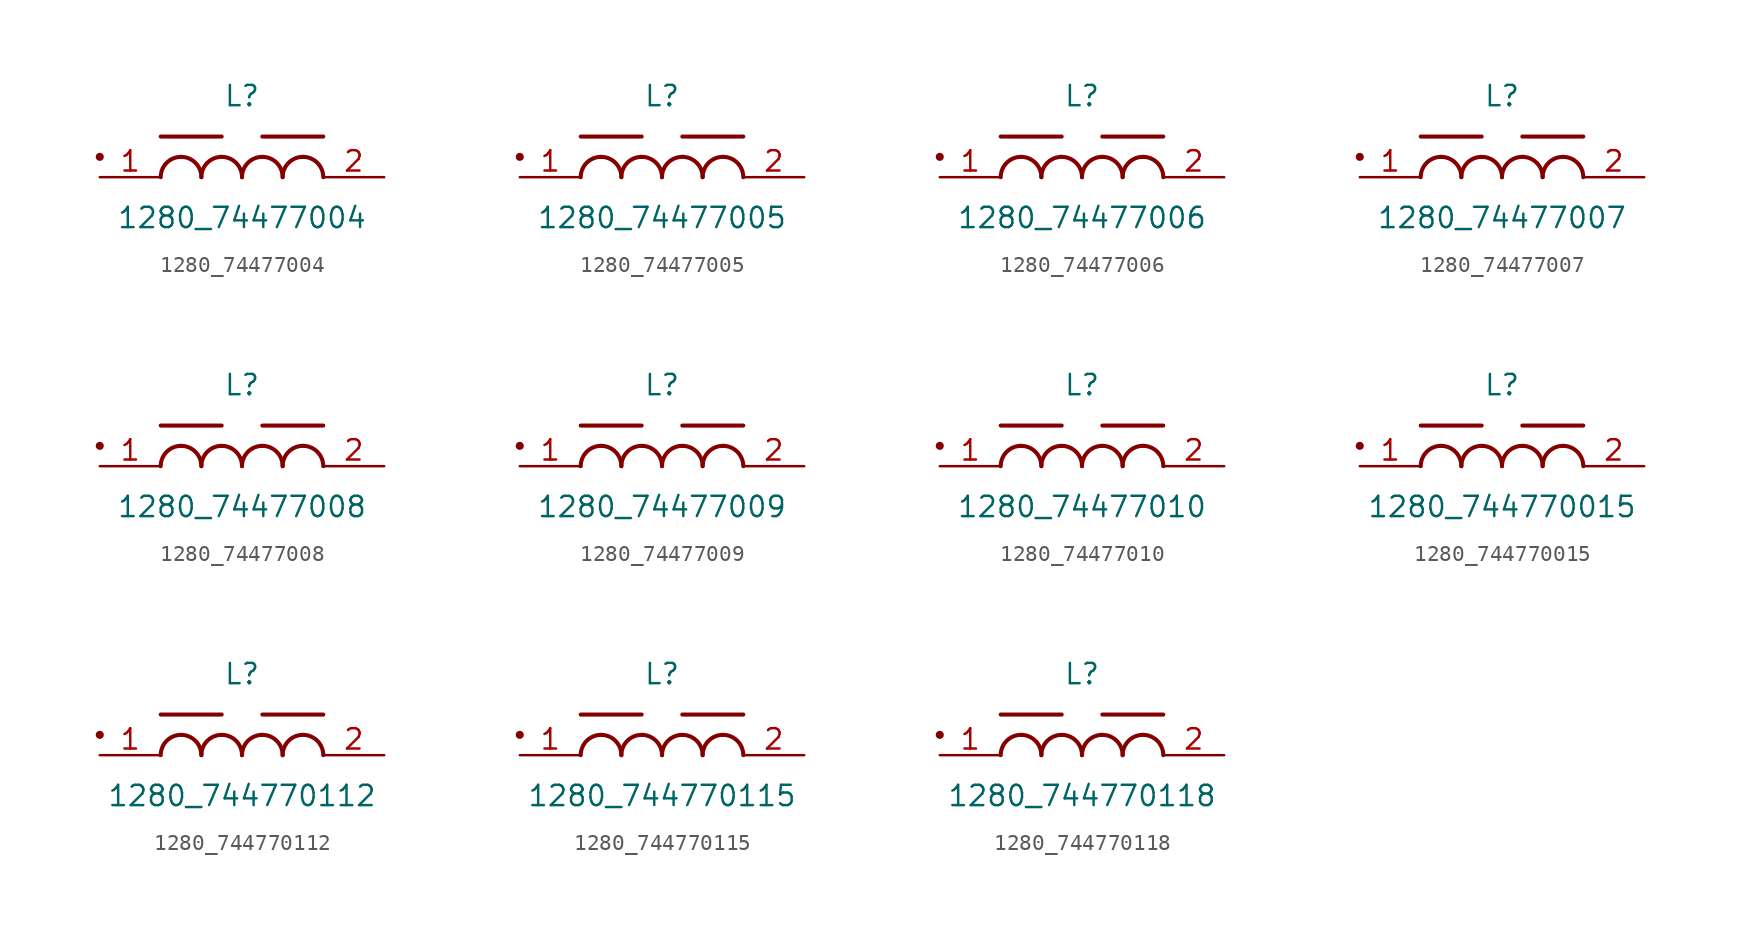
<source format=kicad_sym>
(kicad_symbol_lib
  (version 20211014)
  (generator kicad_symbol_editor)
  (symbol "Inductor_Wurth_WE-PD:1280_74477004"
    (pin_names hide)
    (property "Reference" "L"
      (at 0 5.08 0)
      (effects (font (size 1.27 1.27))))
    (property "Value" "1280_74477004"
      (at 0 -2.54 0)
      (effects (font (size 1.27 1.27))))
    (symbol "1280_74477004_0_1"
      (circle (center -8.89 1.27) (radius 0.0001) (stroke (width 0.254)) (stroke (width 0.254) (type default) (color 0 0 0 0)) (fill (type none)))
      (arc (start -3.81 1.27) (mid -4.708 0.898) (end -5.08 0) (stroke (width 0.254) (type default) (color 0 0 0 0)) (fill (type none)))
      (arc (start -2.54 0) (mid -2.912 0.898) (end -3.81 1.27) (stroke (width 0.254) (type default) (color 0 0 0 0)) (fill (type none)))
      (arc (start -1.2699 1.2701) (mid -2.1679 0.8981) (end -2.5399 0.0001) (stroke (width 0.254) (type default) (color 0 0 0 0)) (fill (type none)))
      (polyline (pts (xy -5.08 2.54) (xy -1.27 2.54)) (stroke (width 0.254) (type default) (color 0 0 0 0)) (fill (type none)))
      (polyline (pts (xy 5.08 2.54) (xy 1.27 2.54)) (stroke (width 0.254) (type default) (color 0 0 0 0)) (fill (type none)))
      (arc (start 0.0001 0.0001) (mid -0.3719 0.8981) (end -1.2699 1.2701) (stroke (width 0.254) (type default) (color 0 0 0 0)) (fill (type none)))
      (arc (start 1.2701 1.2701) (mid 0.3721 0.8981) (end 0.0001 0.0001) (stroke (width 0.254) (type default) (color 0 0 0 0)) (fill (type none)))
      (arc (start 2.5401 0.0001) (mid 2.1681 0.8981) (end 1.2701 1.2701) (stroke (width 0.254) (type default) (color 0 0 0 0)) (fill (type none)))
      (arc (start 3.8101 1.2701) (mid 2.9121 0.8981) (end 2.5401 0.0001) (stroke (width 0.254) (type default) (color 0 0 0 0)) (fill (type none)))
      (arc (start 5.0801 0.0001) (mid 4.7081 0.8981) (end 3.8101 1.2701) (stroke (width 0.254) (type default) (color 0 0 0 0)) (fill (type none))))
    (symbol "1280_74477004_1_1"
      (pin passive line (at -8.89 0 0) (length 3.81) (name "1" (effects (font (size 1.27 1.27)))) (number "1" (effects (font (size 1.27 1.27)))))
      (pin passive line (at 8.89 0 180) (length 3.81) (name "2" (effects (font (size 1.27 1.27)))) (number "2" (effects (font (size 1.27 1.27)))))))
  (symbol "Inductor_Wurth_WE-PD:1280_74477005"
    (pin_names hide)
    (property "Reference" "L"
      (at 0 5.08 0)
      (effects (font (size 1.27 1.27))))
    (property "Value" "1280_74477005"
      (at 0 -2.54 0)
      (effects (font (size 1.27 1.27))))
    (symbol "1280_74477005_0_1"
      (circle (center -8.89 1.27) (radius 0.0001) (stroke (width 0.254)) (stroke (width 0.254) (type default) (color 0 0 0 0)) (fill (type none)))
      (arc (start -3.81 1.27) (mid -4.708 0.898) (end -5.08 0) (stroke (width 0.254) (type default) (color 0 0 0 0)) (fill (type none)))
      (arc (start -2.54 0) (mid -2.912 0.898) (end -3.81 1.27) (stroke (width 0.254) (type default) (color 0 0 0 0)) (fill (type none)))
      (arc (start -1.2699 1.2701) (mid -2.1679 0.8981) (end -2.5399 0.0001) (stroke (width 0.254) (type default) (color 0 0 0 0)) (fill (type none)))
      (polyline (pts (xy -5.08 2.54) (xy -1.27 2.54)) (stroke (width 0.254) (type default) (color 0 0 0 0)) (fill (type none)))
      (polyline (pts (xy 5.08 2.54) (xy 1.27 2.54)) (stroke (width 0.254) (type default) (color 0 0 0 0)) (fill (type none)))
      (arc (start 0.0001 0.0001) (mid -0.3719 0.8981) (end -1.2699 1.2701) (stroke (width 0.254) (type default) (color 0 0 0 0)) (fill (type none)))
      (arc (start 1.2701 1.2701) (mid 0.3721 0.8981) (end 0.0001 0.0001) (stroke (width 0.254) (type default) (color 0 0 0 0)) (fill (type none)))
      (arc (start 2.5401 0.0001) (mid 2.1681 0.8981) (end 1.2701 1.2701) (stroke (width 0.254) (type default) (color 0 0 0 0)) (fill (type none)))
      (arc (start 3.8101 1.2701) (mid 2.9121 0.8981) (end 2.5401 0.0001) (stroke (width 0.254) (type default) (color 0 0 0 0)) (fill (type none)))
      (arc (start 5.0801 0.0001) (mid 4.7081 0.8981) (end 3.8101 1.2701) (stroke (width 0.254) (type default) (color 0 0 0 0)) (fill (type none))))
    (symbol "1280_74477005_1_1"
      (pin passive line (at -8.89 0 0) (length 3.81) (name "1" (effects (font (size 1.27 1.27)))) (number "1" (effects (font (size 1.27 1.27)))))
      (pin passive line (at 8.89 0 180) (length 3.81) (name "2" (effects (font (size 1.27 1.27)))) (number "2" (effects (font (size 1.27 1.27)))))))
  (symbol "Inductor_Wurth_WE-PD:1280_74477006"
    (pin_names hide)
    (property "Reference" "L"
      (at 0 5.08 0)
      (effects (font (size 1.27 1.27))))
    (property "Value" "1280_74477006"
      (at 0 -2.54 0)
      (effects (font (size 1.27 1.27))))
    (symbol "1280_74477006_0_1"
      (circle (center -8.89 1.27) (radius 0.0001) (stroke (width 0.254)) (stroke (width 0.254) (type default) (color 0 0 0 0)) (fill (type none)))
      (arc (start -3.81 1.27) (mid -4.708 0.898) (end -5.08 0) (stroke (width 0.254) (type default) (color 0 0 0 0)) (fill (type none)))
      (arc (start -2.54 0) (mid -2.912 0.898) (end -3.81 1.27) (stroke (width 0.254) (type default) (color 0 0 0 0)) (fill (type none)))
      (arc (start -1.2699 1.2701) (mid -2.1679 0.8981) (end -2.5399 0.0001) (stroke (width 0.254) (type default) (color 0 0 0 0)) (fill (type none)))
      (polyline (pts (xy -5.08 2.54) (xy -1.27 2.54)) (stroke (width 0.254) (type default) (color 0 0 0 0)) (fill (type none)))
      (polyline (pts (xy 5.08 2.54) (xy 1.27 2.54)) (stroke (width 0.254) (type default) (color 0 0 0 0)) (fill (type none)))
      (arc (start 0.0001 0.0001) (mid -0.3719 0.8981) (end -1.2699 1.2701) (stroke (width 0.254) (type default) (color 0 0 0 0)) (fill (type none)))
      (arc (start 1.2701 1.2701) (mid 0.3721 0.8981) (end 0.0001 0.0001) (stroke (width 0.254) (type default) (color 0 0 0 0)) (fill (type none)))
      (arc (start 2.5401 0.0001) (mid 2.1681 0.8981) (end 1.2701 1.2701) (stroke (width 0.254) (type default) (color 0 0 0 0)) (fill (type none)))
      (arc (start 3.8101 1.2701) (mid 2.9121 0.8981) (end 2.5401 0.0001) (stroke (width 0.254) (type default) (color 0 0 0 0)) (fill (type none)))
      (arc (start 5.0801 0.0001) (mid 4.7081 0.8981) (end 3.8101 1.2701) (stroke (width 0.254) (type default) (color 0 0 0 0)) (fill (type none))))
    (symbol "1280_74477006_1_1"
      (pin passive line (at -8.89 0 0) (length 3.81) (name "1" (effects (font (size 1.27 1.27)))) (number "1" (effects (font (size 1.27 1.27)))))
      (pin passive line (at 8.89 0 180) (length 3.81) (name "2" (effects (font (size 1.27 1.27)))) (number "2" (effects (font (size 1.27 1.27)))))))
  (symbol "Inductor_Wurth_WE-PD:1280_74477007"
    (pin_names hide)
    (property "Reference" "L"
      (at 0 5.08 0)
      (effects (font (size 1.27 1.27))))
    (property "Value" "1280_74477007"
      (at 0 -2.54 0)
      (effects (font (size 1.27 1.27))))
    (symbol "1280_74477007_0_1"
      (circle (center -8.89 1.27) (radius 0.0001) (stroke (width 0.254)) (stroke (width 0.254) (type default) (color 0 0 0 0)) (fill (type none)))
      (arc (start -3.81 1.27) (mid -4.708 0.898) (end -5.08 0) (stroke (width 0.254) (type default) (color 0 0 0 0)) (fill (type none)))
      (arc (start -2.54 0) (mid -2.912 0.898) (end -3.81 1.27) (stroke (width 0.254) (type default) (color 0 0 0 0)) (fill (type none)))
      (arc (start -1.2699 1.2701) (mid -2.1679 0.8981) (end -2.5399 0.0001) (stroke (width 0.254) (type default) (color 0 0 0 0)) (fill (type none)))
      (polyline (pts (xy -5.08 2.54) (xy -1.27 2.54)) (stroke (width 0.254) (type default) (color 0 0 0 0)) (fill (type none)))
      (polyline (pts (xy 5.08 2.54) (xy 1.27 2.54)) (stroke (width 0.254) (type default) (color 0 0 0 0)) (fill (type none)))
      (arc (start 0.0001 0.0001) (mid -0.3719 0.8981) (end -1.2699 1.2701) (stroke (width 0.254) (type default) (color 0 0 0 0)) (fill (type none)))
      (arc (start 1.2701 1.2701) (mid 0.3721 0.8981) (end 0.0001 0.0001) (stroke (width 0.254) (type default) (color 0 0 0 0)) (fill (type none)))
      (arc (start 2.5401 0.0001) (mid 2.1681 0.8981) (end 1.2701 1.2701) (stroke (width 0.254) (type default) (color 0 0 0 0)) (fill (type none)))
      (arc (start 3.8101 1.2701) (mid 2.9121 0.8981) (end 2.5401 0.0001) (stroke (width 0.254) (type default) (color 0 0 0 0)) (fill (type none)))
      (arc (start 5.0801 0.0001) (mid 4.7081 0.8981) (end 3.8101 1.2701) (stroke (width 0.254) (type default) (color 0 0 0 0)) (fill (type none))))
    (symbol "1280_74477007_1_1"
      (pin passive line (at -8.89 0 0) (length 3.81) (name "1" (effects (font (size 1.27 1.27)))) (number "1" (effects (font (size 1.27 1.27)))))
      (pin passive line (at 8.89 0 180) (length 3.81) (name "2" (effects (font (size 1.27 1.27)))) (number "2" (effects (font (size 1.27 1.27)))))))
  (symbol "Inductor_Wurth_WE-PD:1280_74477008"
    (pin_names hide)
    (property "Reference" "L"
      (at 0 5.08 0)
      (effects (font (size 1.27 1.27))))
    (property "Value" "1280_74477008"
      (at 0 -2.54 0)
      (effects (font (size 1.27 1.27))))
    (symbol "1280_74477008_0_1"
      (circle (center -8.89 1.27) (radius 0.0001) (stroke (width 0.254)) (stroke (width 0.254) (type default) (color 0 0 0 0)) (fill (type none)))
      (arc (start -3.81 1.27) (mid -4.708 0.898) (end -5.08 0) (stroke (width 0.254) (type default) (color 0 0 0 0)) (fill (type none)))
      (arc (start -2.54 0) (mid -2.912 0.898) (end -3.81 1.27) (stroke (width 0.254) (type default) (color 0 0 0 0)) (fill (type none)))
      (arc (start -1.2699 1.2701) (mid -2.1679 0.8981) (end -2.5399 0.0001) (stroke (width 0.254) (type default) (color 0 0 0 0)) (fill (type none)))
      (polyline (pts (xy -5.08 2.54) (xy -1.27 2.54)) (stroke (width 0.254) (type default) (color 0 0 0 0)) (fill (type none)))
      (polyline (pts (xy 5.08 2.54) (xy 1.27 2.54)) (stroke (width 0.254) (type default) (color 0 0 0 0)) (fill (type none)))
      (arc (start 0.0001 0.0001) (mid -0.3719 0.8981) (end -1.2699 1.2701) (stroke (width 0.254) (type default) (color 0 0 0 0)) (fill (type none)))
      (arc (start 1.2701 1.2701) (mid 0.3721 0.8981) (end 0.0001 0.0001) (stroke (width 0.254) (type default) (color 0 0 0 0)) (fill (type none)))
      (arc (start 2.5401 0.0001) (mid 2.1681 0.8981) (end 1.2701 1.2701) (stroke (width 0.254) (type default) (color 0 0 0 0)) (fill (type none)))
      (arc (start 3.8101 1.2701) (mid 2.9121 0.8981) (end 2.5401 0.0001) (stroke (width 0.254) (type default) (color 0 0 0 0)) (fill (type none)))
      (arc (start 5.0801 0.0001) (mid 4.7081 0.8981) (end 3.8101 1.2701) (stroke (width 0.254) (type default) (color 0 0 0 0)) (fill (type none))))
    (symbol "1280_74477008_1_1"
      (pin passive line (at -8.89 0 0) (length 3.81) (name "1" (effects (font (size 1.27 1.27)))) (number "1" (effects (font (size 1.27 1.27)))))
      (pin passive line (at 8.89 0 180) (length 3.81) (name "2" (effects (font (size 1.27 1.27)))) (number "2" (effects (font (size 1.27 1.27)))))))
  (symbol "Inductor_Wurth_WE-PD:1280_74477009"
    (pin_names hide)
    (property "Reference" "L"
      (at 0 5.08 0)
      (effects (font (size 1.27 1.27))))
    (property "Value" "1280_74477009"
      (at 0 -2.54 0)
      (effects (font (size 1.27 1.27))))
    (symbol "1280_74477009_0_1"
      (circle (center -8.89 1.27) (radius 0.0001) (stroke (width 0.254)) (stroke (width 0.254) (type default) (color 0 0 0 0)) (fill (type none)))
      (arc (start -3.81 1.27) (mid -4.708 0.898) (end -5.08 0) (stroke (width 0.254) (type default) (color 0 0 0 0)) (fill (type none)))
      (arc (start -2.54 0) (mid -2.912 0.898) (end -3.81 1.27) (stroke (width 0.254) (type default) (color 0 0 0 0)) (fill (type none)))
      (arc (start -1.2699 1.2701) (mid -2.1679 0.8981) (end -2.5399 0.0001) (stroke (width 0.254) (type default) (color 0 0 0 0)) (fill (type none)))
      (polyline (pts (xy -5.08 2.54) (xy -1.27 2.54)) (stroke (width 0.254) (type default) (color 0 0 0 0)) (fill (type none)))
      (polyline (pts (xy 5.08 2.54) (xy 1.27 2.54)) (stroke (width 0.254) (type default) (color 0 0 0 0)) (fill (type none)))
      (arc (start 0.0001 0.0001) (mid -0.3719 0.8981) (end -1.2699 1.2701) (stroke (width 0.254) (type default) (color 0 0 0 0)) (fill (type none)))
      (arc (start 1.2701 1.2701) (mid 0.3721 0.8981) (end 0.0001 0.0001) (stroke (width 0.254) (type default) (color 0 0 0 0)) (fill (type none)))
      (arc (start 2.5401 0.0001) (mid 2.1681 0.8981) (end 1.2701 1.2701) (stroke (width 0.254) (type default) (color 0 0 0 0)) (fill (type none)))
      (arc (start 3.8101 1.2701) (mid 2.9121 0.8981) (end 2.5401 0.0001) (stroke (width 0.254) (type default) (color 0 0 0 0)) (fill (type none)))
      (arc (start 5.0801 0.0001) (mid 4.7081 0.8981) (end 3.8101 1.2701) (stroke (width 0.254) (type default) (color 0 0 0 0)) (fill (type none))))
    (symbol "1280_74477009_1_1"
      (pin passive line (at -8.89 0 0) (length 3.81) (name "1" (effects (font (size 1.27 1.27)))) (number "1" (effects (font (size 1.27 1.27)))))
      (pin passive line (at 8.89 0 180) (length 3.81) (name "2" (effects (font (size 1.27 1.27)))) (number "2" (effects (font (size 1.27 1.27)))))))
  (symbol "Inductor_Wurth_WE-PD:1280_74477010"
    (pin_names hide)
    (property "Reference" "L"
      (at 0 5.08 0)
      (effects (font (size 1.27 1.27))))
    (property "Value" "1280_74477010"
      (at 0 -2.54 0)
      (effects (font (size 1.27 1.27))))
    (symbol "1280_74477010_0_1"
      (circle (center -8.89 1.27) (radius 0.0001) (stroke (width 0.254)) (stroke (width 0.254) (type default) (color 0 0 0 0)) (fill (type none)))
      (arc (start -3.81 1.27) (mid -4.708 0.898) (end -5.08 0) (stroke (width 0.254) (type default) (color 0 0 0 0)) (fill (type none)))
      (arc (start -2.54 0) (mid -2.912 0.898) (end -3.81 1.27) (stroke (width 0.254) (type default) (color 0 0 0 0)) (fill (type none)))
      (arc (start -1.2699 1.2701) (mid -2.1679 0.8981) (end -2.5399 0.0001) (stroke (width 0.254) (type default) (color 0 0 0 0)) (fill (type none)))
      (polyline (pts (xy -5.08 2.54) (xy -1.27 2.54)) (stroke (width 0.254) (type default) (color 0 0 0 0)) (fill (type none)))
      (polyline (pts (xy 5.08 2.54) (xy 1.27 2.54)) (stroke (width 0.254) (type default) (color 0 0 0 0)) (fill (type none)))
      (arc (start 0.0001 0.0001) (mid -0.3719 0.8981) (end -1.2699 1.2701) (stroke (width 0.254) (type default) (color 0 0 0 0)) (fill (type none)))
      (arc (start 1.2701 1.2701) (mid 0.3721 0.8981) (end 0.0001 0.0001) (stroke (width 0.254) (type default) (color 0 0 0 0)) (fill (type none)))
      (arc (start 2.5401 0.0001) (mid 2.1681 0.8981) (end 1.2701 1.2701) (stroke (width 0.254) (type default) (color 0 0 0 0)) (fill (type none)))
      (arc (start 3.8101 1.2701) (mid 2.9121 0.8981) (end 2.5401 0.0001) (stroke (width 0.254) (type default) (color 0 0 0 0)) (fill (type none)))
      (arc (start 5.0801 0.0001) (mid 4.7081 0.8981) (end 3.8101 1.2701) (stroke (width 0.254) (type default) (color 0 0 0 0)) (fill (type none))))
    (symbol "1280_74477010_1_1"
      (pin passive line (at -8.89 0 0) (length 3.81) (name "1" (effects (font (size 1.27 1.27)))) (number "1" (effects (font (size 1.27 1.27)))))
      (pin passive line (at 8.89 0 180) (length 3.81) (name "2" (effects (font (size 1.27 1.27)))) (number "2" (effects (font (size 1.27 1.27)))))))
  (symbol "Inductor_Wurth_WE-PD:1280_744770015"
    (pin_names hide)
    (property "Reference" "L"
      (at 0 5.08 0)
      (effects (font (size 1.27 1.27))))
    (property "Value" "1280_744770015"
      (at 0 -2.54 0)
      (effects (font (size 1.27 1.27))))
    (symbol "1280_744770015_0_1"
      (circle (center -8.89 1.27) (radius 0.0001) (stroke (width 0.254)) (stroke (width 0.254) (type default) (color 0 0 0 0)) (fill (type none)))
      (arc (start -3.81 1.27) (mid -4.708 0.898) (end -5.08 0) (stroke (width 0.254) (type default) (color 0 0 0 0)) (fill (type none)))
      (arc (start -2.54 0) (mid -2.912 0.898) (end -3.81 1.27) (stroke (width 0.254) (type default) (color 0 0 0 0)) (fill (type none)))
      (arc (start -1.2699 1.2701) (mid -2.1679 0.8981) (end -2.5399 0.0001) (stroke (width 0.254) (type default) (color 0 0 0 0)) (fill (type none)))
      (polyline (pts (xy -5.08 2.54) (xy -1.27 2.54)) (stroke (width 0.254) (type default) (color 0 0 0 0)) (fill (type none)))
      (polyline (pts (xy 5.08 2.54) (xy 1.27 2.54)) (stroke (width 0.254) (type default) (color 0 0 0 0)) (fill (type none)))
      (arc (start 0.0001 0.0001) (mid -0.3719 0.8981) (end -1.2699 1.2701) (stroke (width 0.254) (type default) (color 0 0 0 0)) (fill (type none)))
      (arc (start 1.2701 1.2701) (mid 0.3721 0.8981) (end 0.0001 0.0001) (stroke (width 0.254) (type default) (color 0 0 0 0)) (fill (type none)))
      (arc (start 2.5401 0.0001) (mid 2.1681 0.8981) (end 1.2701 1.2701) (stroke (width 0.254) (type default) (color 0 0 0 0)) (fill (type none)))
      (arc (start 3.8101 1.2701) (mid 2.9121 0.8981) (end 2.5401 0.0001) (stroke (width 0.254) (type default) (color 0 0 0 0)) (fill (type none)))
      (arc (start 5.0801 0.0001) (mid 4.7081 0.8981) (end 3.8101 1.2701) (stroke (width 0.254) (type default) (color 0 0 0 0)) (fill (type none))))
    (symbol "1280_744770015_1_1"
      (pin passive line (at -8.89 0 0) (length 3.81) (name "1" (effects (font (size 1.27 1.27)))) (number "1" (effects (font (size 1.27 1.27)))))
      (pin passive line (at 8.89 0 180) (length 3.81) (name "2" (effects (font (size 1.27 1.27)))) (number "2" (effects (font (size 1.27 1.27)))))))
  (symbol "Inductor_Wurth_WE-PD:1280_744770112"
    (pin_names hide)
    (property "Reference" "L"
      (at 0 5.08 0)
      (effects (font (size 1.27 1.27))))
    (property "Value" "1280_744770112"
      (at 0 -2.54 0)
      (effects (font (size 1.27 1.27))))
    (symbol "1280_744770112_0_1"
      (circle (center -8.89 1.27) (radius 0.0001) (stroke (width 0.254)) (stroke (width 0.254) (type default) (color 0 0 0 0)) (fill (type none)))
      (arc (start -3.81 1.27) (mid -4.708 0.898) (end -5.08 0) (stroke (width 0.254) (type default) (color 0 0 0 0)) (fill (type none)))
      (arc (start -2.54 0) (mid -2.912 0.898) (end -3.81 1.27) (stroke (width 0.254) (type default) (color 0 0 0 0)) (fill (type none)))
      (arc (start -1.2699 1.2701) (mid -2.1679 0.8981) (end -2.5399 0.0001) (stroke (width 0.254) (type default) (color 0 0 0 0)) (fill (type none)))
      (polyline (pts (xy -5.08 2.54) (xy -1.27 2.54)) (stroke (width 0.254) (type default) (color 0 0 0 0)) (fill (type none)))
      (polyline (pts (xy 5.08 2.54) (xy 1.27 2.54)) (stroke (width 0.254) (type default) (color 0 0 0 0)) (fill (type none)))
      (arc (start 0.0001 0.0001) (mid -0.3719 0.8981) (end -1.2699 1.2701) (stroke (width 0.254) (type default) (color 0 0 0 0)) (fill (type none)))
      (arc (start 1.2701 1.2701) (mid 0.3721 0.8981) (end 0.0001 0.0001) (stroke (width 0.254) (type default) (color 0 0 0 0)) (fill (type none)))
      (arc (start 2.5401 0.0001) (mid 2.1681 0.8981) (end 1.2701 1.2701) (stroke (width 0.254) (type default) (color 0 0 0 0)) (fill (type none)))
      (arc (start 3.8101 1.2701) (mid 2.9121 0.8981) (end 2.5401 0.0001) (stroke (width 0.254) (type default) (color 0 0 0 0)) (fill (type none)))
      (arc (start 5.0801 0.0001) (mid 4.7081 0.8981) (end 3.8101 1.2701) (stroke (width 0.254) (type default) (color 0 0 0 0)) (fill (type none))))
    (symbol "1280_744770112_1_1"
      (pin passive line (at -8.89 0 0) (length 3.81) (name "1" (effects (font (size 1.27 1.27)))) (number "1" (effects (font (size 1.27 1.27)))))
      (pin passive line (at 8.89 0 180) (length 3.81) (name "2" (effects (font (size 1.27 1.27)))) (number "2" (effects (font (size 1.27 1.27)))))))
  (symbol "Inductor_Wurth_WE-PD:1280_744770115"
    (pin_names hide)
    (property "Reference" "L"
      (at 0 5.08 0)
      (effects (font (size 1.27 1.27))))
    (property "Value" "1280_744770115"
      (at 0 -2.54 0)
      (effects (font (size 1.27 1.27))))
    (symbol "1280_744770115_0_1"
      (circle (center -8.89 1.27) (radius 0.0001) (stroke (width 0.254)) (stroke (width 0.254) (type default) (color 0 0 0 0)) (fill (type none)))
      (arc (start -3.81 1.27) (mid -4.708 0.898) (end -5.08 0) (stroke (width 0.254) (type default) (color 0 0 0 0)) (fill (type none)))
      (arc (start -2.54 0) (mid -2.912 0.898) (end -3.81 1.27) (stroke (width 0.254) (type default) (color 0 0 0 0)) (fill (type none)))
      (arc (start -1.2699 1.2701) (mid -2.1679 0.8981) (end -2.5399 0.0001) (stroke (width 0.254) (type default) (color 0 0 0 0)) (fill (type none)))
      (polyline (pts (xy -5.08 2.54) (xy -1.27 2.54)) (stroke (width 0.254) (type default) (color 0 0 0 0)) (fill (type none)))
      (polyline (pts (xy 5.08 2.54) (xy 1.27 2.54)) (stroke (width 0.254) (type default) (color 0 0 0 0)) (fill (type none)))
      (arc (start 0.0001 0.0001) (mid -0.3719 0.8981) (end -1.2699 1.2701) (stroke (width 0.254) (type default) (color 0 0 0 0)) (fill (type none)))
      (arc (start 1.2701 1.2701) (mid 0.3721 0.8981) (end 0.0001 0.0001) (stroke (width 0.254) (type default) (color 0 0 0 0)) (fill (type none)))
      (arc (start 2.5401 0.0001) (mid 2.1681 0.8981) (end 1.2701 1.2701) (stroke (width 0.254) (type default) (color 0 0 0 0)) (fill (type none)))
      (arc (start 3.8101 1.2701) (mid 2.9121 0.8981) (end 2.5401 0.0001) (stroke (width 0.254) (type default) (color 0 0 0 0)) (fill (type none)))
      (arc (start 5.0801 0.0001) (mid 4.7081 0.8981) (end 3.8101 1.2701) (stroke (width 0.254) (type default) (color 0 0 0 0)) (fill (type none))))
    (symbol "1280_744770115_1_1"
      (pin passive line (at -8.89 0 0) (length 3.81) (name "1" (effects (font (size 1.27 1.27)))) (number "1" (effects (font (size 1.27 1.27)))))
      (pin passive line (at 8.89 0 180) (length 3.81) (name "2" (effects (font (size 1.27 1.27)))) (number "2" (effects (font (size 1.27 1.27)))))))
  (symbol "Inductor_Wurth_WE-PD:1280_744770118"
    (pin_names hide)
    (property "Reference" "L"
      (at 0 5.08 0)
      (effects (font (size 1.27 1.27))))
    (property "Value" "1280_744770118"
      (at 0 -2.54 0)
      (effects (font (size 1.27 1.27))))
    (symbol "1280_744770118_0_1"
      (circle (center -8.89 1.27) (radius 0.0001) (stroke (width 0.254)) (stroke (width 0.254) (type default) (color 0 0 0 0)) (fill (type none)))
      (arc (start -3.81 1.27) (mid -4.708 0.898) (end -5.08 0) (stroke (width 0.254) (type default) (color 0 0 0 0)) (fill (type none)))
      (arc (start -2.54 0) (mid -2.912 0.898) (end -3.81 1.27) (stroke (width 0.254) (type default) (color 0 0 0 0)) (fill (type none)))
      (arc (start -1.2699 1.2701) (mid -2.1679 0.8981) (end -2.5399 0.0001) (stroke (width 0.254) (type default) (color 0 0 0 0)) (fill (type none)))
      (polyline (pts (xy -5.08 2.54) (xy -1.27 2.54)) (stroke (width 0.254) (type default) (color 0 0 0 0)) (fill (type none)))
      (polyline (pts (xy 5.08 2.54) (xy 1.27 2.54)) (stroke (width 0.254) (type default) (color 0 0 0 0)) (fill (type none)))
      (arc (start 0.0001 0.0001) (mid -0.3719 0.8981) (end -1.2699 1.2701) (stroke (width 0.254) (type default) (color 0 0 0 0)) (fill (type none)))
      (arc (start 1.2701 1.2701) (mid 0.3721 0.8981) (end 0.0001 0.0001) (stroke (width 0.254) (type default) (color 0 0 0 0)) (fill (type none)))
      (arc (start 2.5401 0.0001) (mid 2.1681 0.8981) (end 1.2701 1.2701) (stroke (width 0.254) (type default) (color 0 0 0 0)) (fill (type none)))
      (arc (start 3.8101 1.2701) (mid 2.9121 0.8981) (end 2.5401 0.0001) (stroke (width 0.254) (type default) (color 0 0 0 0)) (fill (type none)))
      (arc (start 5.0801 0.0001) (mid 4.7081 0.8981) (end 3.8101 1.2701) (stroke (width 0.254) (type default) (color 0 0 0 0)) (fill (type none))))
    (symbol "1280_744770118_1_1"
      (pin passive line (at -8.89 0 0) (length 3.81) (name "1" (effects (font (size 1.27 1.27)))) (number "1" (effects (font (size 1.27 1.27)))))
      (pin passive line (at 8.89 0 180) (length 3.81) (name "2" (effects (font (size 1.27 1.27)))) (number "2" (effects (font (size 1.27 1.27))))))))
</source>
